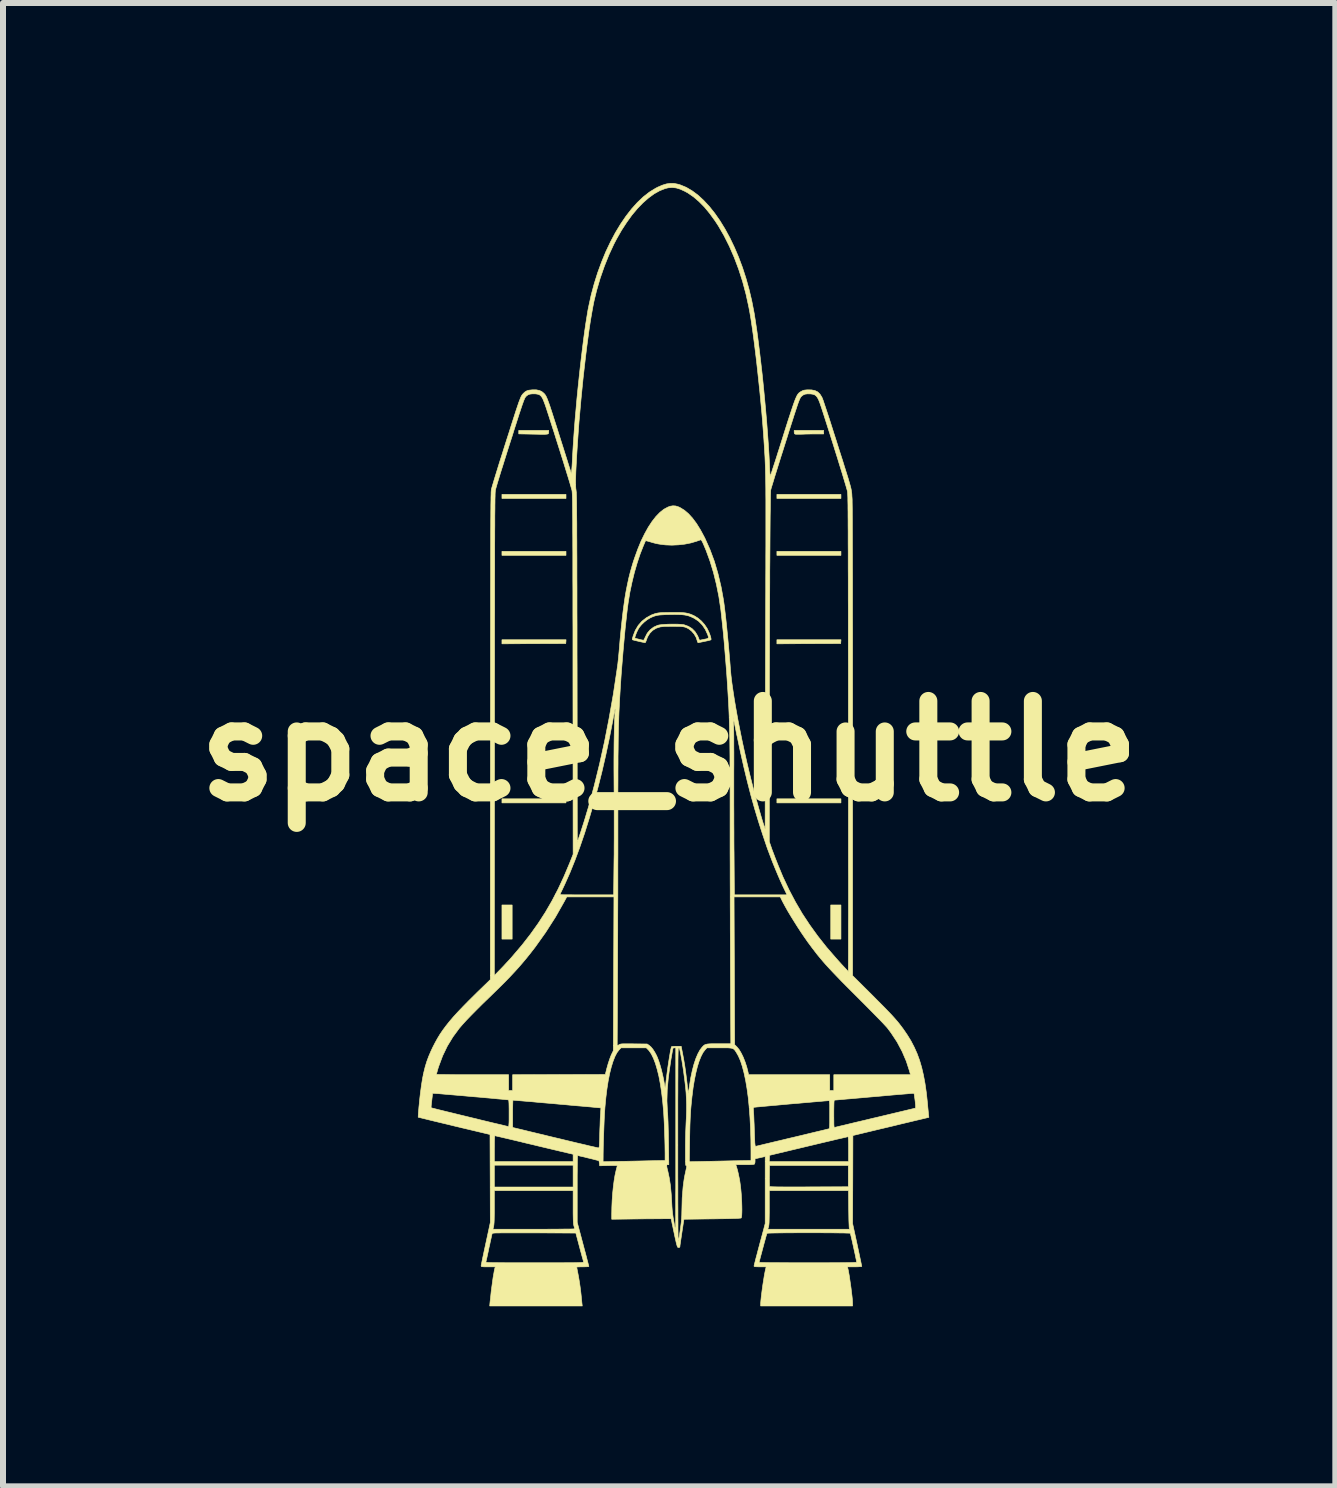
<source format=kicad_pcb>
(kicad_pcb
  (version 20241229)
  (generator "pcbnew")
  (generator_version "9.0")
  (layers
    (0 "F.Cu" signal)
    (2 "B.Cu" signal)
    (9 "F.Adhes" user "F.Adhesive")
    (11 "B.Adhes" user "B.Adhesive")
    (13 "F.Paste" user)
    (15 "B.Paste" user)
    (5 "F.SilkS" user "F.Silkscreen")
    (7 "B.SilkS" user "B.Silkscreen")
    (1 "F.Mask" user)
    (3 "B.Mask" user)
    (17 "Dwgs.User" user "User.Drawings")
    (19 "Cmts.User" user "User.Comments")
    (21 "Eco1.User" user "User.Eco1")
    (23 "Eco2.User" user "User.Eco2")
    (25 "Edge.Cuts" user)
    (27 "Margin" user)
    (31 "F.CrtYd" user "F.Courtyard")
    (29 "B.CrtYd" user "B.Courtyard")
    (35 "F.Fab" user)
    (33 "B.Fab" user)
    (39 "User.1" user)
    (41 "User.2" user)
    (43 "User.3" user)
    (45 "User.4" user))
  (footprint "space_shuttle"
    (layer "F.Cu")
    (at 8.099 9.463)
    (property "Reference" "space_shuttle" (at 0 0 0) (layer "F.SilkS") (effects (font (size 1.524 1.524) (thickness 0.3))))
    (attr through_hole)
    (fp_poly (pts (xy -2.616 3.133) (xy -2.786 3.133) (xy -2.786 2.565) (xy -2.616 2.565) (xy -2.616 3.133)) (stroke (width 0.01) (type solid)) (fill yes) (layer "F.SilkS"))
    (fp_poly (pts (xy -1.719 -4.208) (xy -2.786 -4.208) (xy -2.786 -4.276) (xy -1.719 -4.276) (xy -1.719 -4.208)) (stroke (width 0.01) (type solid)) (fill yes) (layer "F.SilkS"))
    (fp_poly (pts (xy -1.719 -3.26) (xy -2.786 -3.26) (xy -2.786 -3.327) (xy -1.719 -3.327) (xy -1.719 -3.26)) (stroke (width 0.01) (type solid)) (fill yes) (layer "F.SilkS"))
    (fp_poly (pts (xy -1.719 0.864) (xy -2.786 0.864) (xy -2.786 0.796) (xy -1.719 0.796) (xy -1.719 0.864)) (stroke (width 0.01) (type solid)) (fill yes) (layer "F.SilkS"))
    (fp_poly (pts (xy 2.862 -4.208) (xy 1.795 -4.208) (xy 1.795 -4.276) (xy 2.862 -4.276) (xy 2.862 -4.208)) (stroke (width 0.01) (type solid)) (fill yes) (layer "F.SilkS"))
    (fp_poly (pts (xy 2.862 -3.26) (xy 1.795 -3.26) (xy 1.795 -3.327) (xy 2.862 -3.327) (xy 2.862 -3.26)) (stroke (width 0.01) (type solid)) (fill yes) (layer "F.SilkS"))
    (fp_poly (pts (xy 2.862 0.864) (xy 1.795 0.864) (xy 1.795 0.796) (xy 2.862 0.796) (xy 2.862 0.864)) (stroke (width 0.01) (type solid)) (fill yes) (layer "F.SilkS"))
    (fp_poly (pts (xy 2.862 3.133) (xy 2.692 3.133) (xy 2.692 2.565) (xy 2.862 2.565) (xy 2.862 3.133)) (stroke (width 0.01) (type solid)) (fill yes) (layer "F.SilkS"))
    (fp_poly (pts (xy -1.72 -1.822) (xy -1.723 -1.791) (xy -2.254 -1.789) (xy -2.786 -1.786) (xy -2.786 -1.854) (xy -1.718 -1.854) (xy -1.72 -1.822)) (stroke (width 0.01) (type solid)) (fill yes) (layer "F.SilkS"))
    (fp_poly (pts (xy 2.86 -1.822) (xy 2.858 -1.791) (xy 2.326 -1.789) (xy 1.795 -1.786) (xy 1.795 -1.854) (xy 2.863 -1.854) (xy 2.86 -1.822)) (stroke (width 0.01) (type solid)) (fill yes) (layer "F.SilkS"))
    (fp_poly (pts (xy -2.007 -5.314) (xy -2.009 -5.294) (xy -2.018 -5.284) (xy -2.033 -5.28) (xy -2.055 -5.278) (xy -2.087 -5.276) (xy -2.12 -5.277) (xy -2.148 -5.277) (xy -2.189 -5.278) (xy -2.239 -5.279) (xy -2.294 -5.28) (xy -2.343 -5.281) (xy -2.506 -5.284) (xy -2.506 -5.342) (xy -2.007 -5.342) (xy -2.007 -5.314)) (stroke (width 0.01) (type solid)) (fill yes) (layer "F.SilkS"))
    (fp_poly (pts (xy 2.574 -5.283) (xy 2.457 -5.283) (xy 2.4 -5.283) (xy 2.335 -5.282) (xy 2.272 -5.281) (xy 2.226 -5.279) (xy 2.183 -5.278) (xy 2.145 -5.278) (xy 2.116 -5.278) (xy 2.099 -5.28) (xy 2.098 -5.28) (xy 2.086 -5.29) (xy 2.083 -5.313) (xy 2.083 -5.342) (xy 2.574 -5.342) (xy 2.574 -5.283)) (stroke (width 0.01) (type solid)) (fill yes) (layer "F.SilkS"))
    (fp_poly (pts (xy 0.172 -2.309) (xy 0.227 -2.306) (xy 0.273 -2.301) (xy 0.313 -2.293) (xy 0.35 -2.282) (xy 0.387 -2.267) (xy 0.423 -2.25) (xy 0.481 -2.214) (xy 0.537 -2.166) (xy 0.588 -2.109) (xy 0.63 -2.047) (xy 0.642 -2.024) (xy 0.662 -1.982) (xy 0.678 -1.941) (xy 0.69 -1.905) (xy 0.697 -1.876) (xy 0.698 -1.857) (xy 0.696 -1.853) (xy 0.686 -1.849) (xy 0.663 -1.843) (xy 0.63 -1.835) (xy 0.601 -1.829) (xy 0.563 -1.821) (xy 0.529 -1.814) (xy 0.504 -1.809) (xy 0.494 -1.806) (xy 0.481 -1.806) (xy 0.473 -1.817) (xy 0.47 -1.83) (xy 0.449 -1.893) (xy 0.415 -1.951) (xy 0.371 -2.001) (xy 0.319 -2.04) (xy 0.281 -2.058) (xy 0.264 -2.064) (xy 0.245 -2.069) (xy 0.223 -2.072) (xy 0.196 -2.075) (xy 0.161 -2.077) (xy 0.117 -2.077) (xy 0.062 -2.078) (xy -0.007 -2.077) (xy -0.072 -2.077) (xy -0.148 -2.068) (xy -0.216 -2.046) (xy -0.275 -2.01) (xy -0.323 -1.961) (xy -0.36 -1.901) (xy -0.378 -1.853) (xy -0.387 -1.827) (xy -0.396 -1.81) (xy -0.402 -1.804) (xy -0.413 -1.807) (xy -0.437 -1.812) (xy -0.471 -1.819) (xy -0.51 -1.828) (xy -0.548 -1.837) (xy -0.581 -1.845) (xy -0.604 -1.851) (xy -0.613 -1.855) (xy -0.614 -1.865) (xy -0.61 -1.882) (xy -0.572 -1.882) (xy -0.572 -1.881) (xy -0.562 -1.878) (xy -0.541 -1.872) (xy -0.513 -1.865) (xy -0.482 -1.857) (xy -0.454 -1.851) (xy -0.433 -1.847) (xy -0.428 -1.846) (xy -0.42 -1.853) (xy -0.41 -1.872) (xy -0.4 -1.894) (xy -0.365 -1.963) (xy -0.318 -2.019) (xy -0.259 -2.064) (xy -0.191 -2.095) (xy -0.164 -2.101) (xy -0.124 -2.106) (xy -0.074 -2.11) (xy -0.018 -2.113) (xy 0.041 -2.114) (xy 0.1 -2.114) (xy 0.155 -2.113) (xy 0.202 -2.11) (xy 0.237 -2.106) (xy 0.248 -2.104) (xy 0.32 -2.078) (xy 0.38 -2.041) (xy 0.43 -1.991) (xy 0.47 -1.928) (xy 0.484 -1.898) (xy 0.494 -1.873) (xy 0.499 -1.858) (xy 0.5 -1.856) (xy 0.505 -1.848) (xy 0.519 -1.848) (xy 0.537 -1.852) (xy 0.565 -1.858) (xy 0.589 -1.863) (xy 0.625 -1.87) (xy 0.645 -1.877) (xy 0.654 -1.888) (xy 0.653 -1.905) (xy 0.644 -1.932) (xy 0.641 -1.941) (xy 0.602 -2.026) (xy 0.552 -2.1) (xy 0.491 -2.162) (xy 0.42 -2.21) (xy 0.402 -2.219) (xy 0.365 -2.236) (xy 0.329 -2.25) (xy 0.293 -2.26) (xy 0.254 -2.267) (xy 0.209 -2.272) (xy 0.154 -2.274) (xy 0.088 -2.275) (xy 0.025 -2.274) (xy -0.047 -2.273) (xy -0.105 -2.27) (xy -0.153 -2.267) (xy -0.192 -2.262) (xy -0.226 -2.254) (xy -0.258 -2.244) (xy -0.291 -2.23) (xy -0.32 -2.216) (xy -0.366 -2.188) (xy -0.414 -2.15) (xy -0.459 -2.107) (xy -0.496 -2.062) (xy -0.512 -2.037) (xy -0.526 -2.01) (xy -0.541 -1.979) (xy -0.554 -1.946) (xy -0.565 -1.916) (xy -0.571 -1.894) (xy -0.572 -1.882) (xy -0.61 -1.882) (xy -0.609 -1.887) (xy -0.601 -1.915) (xy -0.6 -1.919) (xy -0.564 -2.011) (xy -0.515 -2.093) (xy -0.454 -2.163) (xy -0.381 -2.22) (xy -0.298 -2.266) (xy -0.241 -2.287) (xy -0.221 -2.293) (xy -0.201 -2.297) (xy -0.179 -2.301) (xy -0.151 -2.304) (xy -0.116 -2.306) (xy -0.071 -2.307) (xy -0.013 -2.308) (xy 0.025 -2.309) (xy 0.106 -2.309) (xy 0.172 -2.309)) (stroke (width 0.01) (type solid)) (fill yes) (layer "F.SilkS"))
    (fp_poly (pts (xy 0.082 -9.457) (xy 0.147 -9.444) (xy 0.187 -9.432) (xy 0.286 -9.391) (xy 0.384 -9.333) (xy 0.481 -9.261) (xy 0.576 -9.173) (xy 0.669 -9.073) (xy 0.76 -8.959) (xy 0.847 -8.834) (xy 0.931 -8.697) (xy 1.011 -8.55) (xy 1.086 -8.394) (xy 1.156 -8.23) (xy 1.221 -8.057) (xy 1.279 -7.878) (xy 1.331 -7.692) (xy 1.376 -7.502) (xy 1.414 -7.307) (xy 1.418 -7.286) (xy 1.44 -7.145) (xy 1.463 -6.99) (xy 1.485 -6.822) (xy 1.507 -6.644) (xy 1.529 -6.458) (xy 1.551 -6.266) (xy 1.571 -6.071) (xy 1.59 -5.874) (xy 1.608 -5.677) (xy 1.625 -5.484) (xy 1.639 -5.296) (xy 1.652 -5.116) (xy 1.663 -4.945) (xy 1.671 -4.786) (xy 1.673 -4.727) (xy 1.675 -4.679) (xy 1.678 -4.638) (xy 1.68 -4.606) (xy 1.682 -4.586) (xy 1.684 -4.581) (xy 1.687 -4.588) (xy 1.695 -4.611) (xy 1.708 -4.647) (xy 1.723 -4.695) (xy 1.742 -4.753) (xy 1.764 -4.82) (xy 1.788 -4.894) (xy 1.813 -4.975) (xy 1.833 -5.036) (xy 1.877 -5.176) (xy 1.916 -5.301) (xy 1.951 -5.411) (xy 1.982 -5.509) (xy 2.01 -5.594) (xy 2.034 -5.667) (xy 2.055 -5.73) (xy 2.073 -5.783) (xy 2.089 -5.827) (xy 2.103 -5.864) (xy 2.116 -5.893) (xy 2.127 -5.917) (xy 2.138 -5.936) (xy 2.148 -5.95) (xy 2.158 -5.962) (xy 2.168 -5.971) (xy 2.179 -5.979) (xy 2.19 -5.986) (xy 2.195 -5.989) (xy 2.221 -6.003) (xy 2.246 -6.012) (xy 2.278 -6.016) (xy 2.302 -6.018) (xy 2.371 -6.017) (xy 2.428 -6.006) (xy 2.475 -5.983) (xy 2.512 -5.947) (xy 2.543 -5.898) (xy 2.547 -5.89) (xy 2.554 -5.873) (xy 2.566 -5.841) (xy 2.581 -5.796) (xy 2.6 -5.739) (xy 2.622 -5.673) (xy 2.647 -5.598) (xy 2.674 -5.516) (xy 2.702 -5.428) (xy 2.731 -5.337) (xy 2.737 -5.317) (xy 2.783 -5.174) (xy 2.823 -5.047) (xy 2.859 -4.934) (xy 2.891 -4.835) (xy 2.918 -4.747) (xy 2.942 -4.671) (xy 2.963 -4.604) (xy 2.981 -4.547) (xy 2.995 -4.499) (xy 3.007 -4.457) (xy 3.017 -4.422) (xy 3.025 -4.392) (xy 3.031 -4.366) (xy 3.035 -4.343) (xy 3.038 -4.323) (xy 3.041 -4.304) (xy 3.043 -4.285) (xy 3.044 -4.265) (xy 3.045 -4.244) (xy 3.047 -4.22) (xy 3.048 -4.204) (xy 3.049 -4.185) (xy 3.049 -4.149) (xy 3.05 -4.097) (xy 3.051 -4.028) (xy 3.051 -3.943) (xy 3.052 -3.841) (xy 3.052 -3.724) (xy 3.053 -3.59) (xy 3.053 -3.441) (xy 3.054 -3.277) (xy 3.054 -3.096) (xy 3.055 -2.901) (xy 3.055 -2.69) (xy 3.055 -2.464) (xy 3.055 -2.224) (xy 3.056 -1.968) (xy 3.056 -1.698) (xy 3.056 -1.414) (xy 3.056 -1.115) (xy 3.056 -0.802) (xy 3.056 -0.475) (xy 3.056 -0.172) (xy 3.056 3.742) (xy 3.386 4.07) (xy 3.468 4.153) (xy 3.54 4.225) (xy 3.602 4.288) (xy 3.655 4.343) (xy 3.702 4.392) (xy 3.742 4.436) (xy 3.777 4.476) (xy 3.809 4.513) (xy 3.838 4.549) (xy 3.866 4.586) (xy 3.894 4.623) (xy 3.897 4.627) (xy 3.967 4.729) (xy 4.029 4.83) (xy 4.083 4.934) (xy 4.131 5.041) (xy 4.172 5.153) (xy 4.207 5.272) (xy 4.237 5.401) (xy 4.263 5.541) (xy 4.285 5.693) (xy 4.303 5.86) (xy 4.305 5.88) (xy 4.309 5.931) (xy 4.314 5.979) (xy 4.318 6.02) (xy 4.321 6.051) (xy 4.322 6.063) (xy 4.327 6.103) (xy 4.164 6.142) (xy 4.124 6.151) (xy 4.07 6.164) (xy 4.004 6.18) (xy 3.928 6.198) (xy 3.844 6.218) (xy 3.755 6.24) (xy 3.663 6.262) (xy 3.57 6.284) (xy 3.531 6.293) (xy 3.061 6.406) (xy 3.059 7.139) (xy 3.056 7.872) (xy 3.133 8.226) (xy 3.149 8.301) (xy 3.164 8.371) (xy 3.177 8.434) (xy 3.189 8.489) (xy 3.198 8.533) (xy 3.205 8.565) (xy 3.208 8.583) (xy 3.209 8.587) (xy 3.201 8.589) (xy 3.179 8.591) (xy 3.146 8.593) (xy 3.106 8.594) (xy 3.089 8.594) (xy 2.97 8.594) (xy 2.975 8.613) (xy 2.983 8.644) (xy 2.991 8.688) (xy 3.001 8.744) (xy 3.01 8.807) (xy 3.02 8.875) (xy 3.03 8.945) (xy 3.038 9.013) (xy 3.046 9.077) (xy 3.052 9.134) (xy 3.055 9.18) (xy 3.056 9.212) (xy 3.056 9.246) (xy 1.524 9.246) (xy 1.524 9.224) (xy 1.525 9.191) (xy 1.529 9.145) (xy 1.535 9.088) (xy 1.543 9.023) (xy 1.552 8.955) (xy 1.562 8.884) (xy 1.573 8.816) (xy 1.583 8.752) (xy 1.593 8.697) (xy 1.602 8.652) (xy 1.603 8.647) (xy 1.616 8.594) (xy 1.515 8.594) (xy 1.471 8.593) (xy 1.442 8.592) (xy 1.425 8.59) (xy 1.416 8.586) (xy 1.414 8.58) (xy 1.414 8.58) (xy 1.416 8.57) (xy 1.422 8.544) (xy 1.428 8.52) (xy 1.499 8.52) (xy 1.507 8.52) (xy 1.531 8.521) (xy 1.57 8.522) (xy 1.622 8.523) (xy 1.686 8.524) (xy 1.762 8.524) (xy 1.847 8.525) (xy 1.942 8.525) (xy 2.044 8.526) (xy 2.152 8.526) (xy 2.266 8.526) (xy 2.311 8.526) (xy 2.468 8.526) (xy 2.608 8.526) (xy 2.731 8.525) (xy 2.838 8.525) (xy 2.927 8.524) (xy 3 8.523) (xy 3.056 8.522) (xy 3.095 8.52) (xy 3.118 8.519) (xy 3.124 8.517) (xy 3.122 8.506) (xy 3.118 8.481) (xy 3.11 8.445) (xy 3.101 8.4) (xy 3.09 8.349) (xy 3.078 8.295) (xy 3.066 8.24) (xy 3.054 8.186) (xy 3.043 8.137) (xy 3.033 8.095) (xy 3.025 8.062) (xy 3.02 8.041) (xy 3.018 8.035) (xy 3.009 8.033) (xy 2.984 8.032) (xy 2.946 8.031) (xy 2.895 8.029) (xy 2.834 8.029) (xy 2.763 8.028) (xy 2.684 8.027) (xy 2.6 8.027) (xy 2.51 8.026) (xy 2.418 8.026) (xy 2.324 8.026) (xy 2.23 8.026) (xy 2.138 8.026) (xy 2.049 8.027) (xy 1.964 8.027) (xy 1.885 8.028) (xy 1.815 8.029) (xy 1.753 8.03) (xy 1.702 8.031) (xy 1.664 8.032) (xy 1.639 8.034) (xy 1.63 8.035) (xy 1.63 8.035) (xy 1.626 8.045) (xy 1.619 8.069) (xy 1.609 8.104) (xy 1.597 8.148) (xy 1.583 8.198) (xy 1.569 8.251) (xy 1.554 8.306) (xy 1.54 8.36) (xy 1.526 8.41) (xy 1.515 8.453) (xy 1.506 8.488) (xy 1.5 8.511) (xy 1.499 8.52) (xy 1.428 8.52) (xy 1.432 8.506) (xy 1.444 8.457) (xy 1.46 8.398) (xy 1.477 8.332) (xy 1.496 8.261) (xy 1.507 8.219) (xy 1.575 7.967) (xy 1.643 7.967) (xy 3.008 7.967) (xy 3.001 7.948) (xy 2.999 7.935) (xy 2.998 7.908) (xy 2.996 7.867) (xy 2.994 7.816) (xy 2.993 7.757) (xy 2.992 7.69) (xy 2.991 7.626) (xy 2.988 7.324) (xy 1.668 7.324) (xy 1.668 7.605) (xy 1.668 7.687) (xy 1.667 7.755) (xy 1.666 7.808) (xy 1.665 7.85) (xy 1.663 7.882) (xy 1.66 7.905) (xy 1.657 7.923) (xy 1.656 7.927) (xy 1.643 7.967) (xy 1.575 7.967) (xy 1.6 7.871) (xy 1.6 7.173) (xy 1.669 7.173) (xy 1.67 7.211) (xy 1.67 7.239) (xy 1.672 7.253) (xy 1.672 7.254) (xy 1.675 7.256) (xy 1.685 7.257) (xy 1.703 7.259) (xy 1.728 7.26) (xy 1.763 7.261) (xy 1.808 7.262) (xy 1.864 7.262) (xy 1.932 7.263) (xy 2.014 7.263) (xy 2.109 7.263) (xy 2.22 7.263) (xy 2.33 7.262) (xy 2.985 7.26) (xy 2.985 6.905) (xy 1.672 6.905) (xy 1.67 7.074) (xy 1.669 7.126) (xy 1.669 7.173) (xy 1.6 7.173) (xy 1.6 6.841) (xy 1.667 6.841) (xy 2.989 6.841) (xy 2.989 6.634) (xy 2.989 6.566) (xy 2.988 6.514) (xy 2.987 6.475) (xy 2.985 6.449) (xy 2.983 6.433) (xy 2.979 6.427) (xy 2.978 6.426) (xy 2.968 6.428) (xy 2.944 6.434) (xy 2.905 6.443) (xy 2.853 6.455) (xy 2.79 6.469) (xy 2.717 6.487) (xy 2.635 6.506) (xy 2.546 6.527) (xy 2.45 6.55) (xy 2.35 6.574) (xy 2.32 6.581) (xy 1.672 6.736) (xy 1.67 6.789) (xy 1.667 6.841) (xy 1.6 6.841) (xy 1.6 6.754) (xy 1.581 6.76) (xy 1.564 6.764) (xy 1.536 6.77) (xy 1.502 6.778) (xy 1.496 6.779) (xy 1.431 6.794) (xy 1.431 6.833) (xy 1.429 6.859) (xy 1.423 6.878) (xy 1.421 6.882) (xy 1.41 6.886) (xy 1.386 6.889) (xy 1.348 6.891) (xy 1.295 6.892) (xy 1.26 6.892) (xy 1.11 6.892) (xy 1.118 6.914) (xy 1.127 6.943) (xy 1.139 6.986) (xy 1.151 7.036) (xy 1.162 7.089) (xy 1.173 7.142) (xy 1.18 7.188) (xy 1.188 7.247) (xy 1.195 7.311) (xy 1.201 7.379) (xy 1.205 7.448) (xy 1.209 7.516) (xy 1.211 7.581) (xy 1.212 7.64) (xy 1.211 7.692) (xy 1.209 7.734) (xy 1.205 7.764) (xy 1.2 7.779) (xy 1.199 7.78) (xy 1.19 7.782) (xy 1.168 7.784) (xy 1.132 7.787) (xy 1.083 7.788) (xy 1.019 7.79) (xy 0.939 7.792) (xy 0.844 7.793) (xy 0.733 7.795) (xy 0.717 7.795) (xy 0.246 7.801) (xy 0.242 7.827) (xy 0.234 7.877) (xy 0.226 7.933) (xy 0.217 7.991) (xy 0.208 8.05) (xy 0.2 8.105) (xy 0.192 8.157) (xy 0.186 8.2) (xy 0.181 8.234) (xy 0.179 8.255) (xy 0.178 8.262) (xy 0.171 8.27) (xy 0.157 8.272) (xy 0.148 8.271) (xy 0.141 8.265) (xy 0.135 8.253) (xy 0.128 8.231) (xy 0.119 8.196) (xy 0.115 8.181) (xy 0.109 8.152) (xy 0.1 8.114) (xy 0.09 8.068) (xy 0.08 8.019) (xy 0.069 7.968) (xy 0.059 7.919) (xy 0.049 7.874) (xy 0.042 7.836) (xy 0.036 7.809) (xy 0.034 7.795) (xy 0.034 7.793) (xy 0.026 7.793) (xy 0.002 7.792) (xy -0.036 7.792) (xy -0.086 7.792) (xy -0.147 7.793) (xy -0.218 7.793) (xy -0.296 7.794) (xy -0.382 7.794) (xy -0.461 7.795) (xy -0.957 7.801) (xy -0.957 7.712) (xy -0.955 7.6) (xy -0.95 7.486) (xy -0.942 7.372) (xy -0.931 7.264) (xy -0.918 7.162) (xy -0.903 7.071) (xy -0.886 6.994) (xy -0.885 6.99) (xy -0.876 6.955) (xy -0.869 6.928) (xy -0.865 6.911) (xy -0.041 6.911) (xy -0.038 6.933) (xy -0.031 6.967) (xy -0.021 7.005) (xy 0.002 7.114) (xy 0.021 7.238) (xy 0.034 7.378) (xy 0.042 7.506) (xy 0.046 7.585) (xy 0.051 7.652) (xy 0.058 7.712) (xy 0.066 7.771) (xy 0.077 7.835) (xy 0.078 7.838) (xy 0.086 7.885) (xy 0.094 7.926) (xy 0.101 7.958) (xy 0.105 7.978) (xy 0.107 7.984) (xy 0.108 7.976) (xy 0.108 7.951) (xy 0.108 7.912) (xy 0.108 7.858) (xy 0.109 7.79) (xy 0.109 7.71) (xy 0.109 7.618) (xy 0.109 7.514) (xy 0.109 7.401) (xy 0.11 7.278) (xy 0.11 7.147) (xy 0.11 7.009) (xy 0.11 6.863) (xy 0.11 6.712) (xy 0.11 6.555) (xy 0.11 6.54) (xy 0.144 6.54) (xy 0.144 6.564) (xy 0.144 6.747) (xy 0.144 6.922) (xy 0.144 7.088) (xy 0.145 7.244) (xy 0.145 7.391) (xy 0.145 7.526) (xy 0.146 7.65) (xy 0.146 7.763) (xy 0.147 7.863) (xy 0.147 7.95) (xy 0.148 8.023) (xy 0.149 8.081) (xy 0.15 8.125) (xy 0.15 8.153) (xy 0.151 8.165) (xy 0.152 8.166) (xy 0.155 8.155) (xy 0.16 8.131) (xy 0.167 8.094) (xy 0.174 8.049) (xy 0.182 7.997) (xy 0.185 7.973) (xy 0.195 7.901) (xy 0.203 7.84) (xy 0.207 7.786) (xy 0.21 7.733) (xy 0.211 7.678) (xy 0.212 7.642) (xy 0.217 7.447) (xy 0.232 7.263) (xy 0.242 7.184) (xy 0.248 7.143) (xy 0.254 7.105) (xy 0.262 7.065) (xy 0.272 7.019) (xy 0.284 6.963) (xy 0.292 6.928) (xy 0.292 6.913) (xy 0.284 6.909) (xy 0.28 6.907) (xy 0.277 6.901) (xy 0.275 6.888) (xy 0.273 6.868) (xy 0.272 6.843) (xy 0.336 6.843) (xy 0.564 6.838) (xy 0.633 6.836) (xy 0.714 6.835) (xy 0.803 6.833) (xy 0.895 6.831) (xy 0.985 6.829) (xy 1.068 6.827) (xy 1.077 6.827) (xy 1.363 6.822) (xy 1.363 6.664) (xy 1.361 6.468) (xy 1.355 6.28) (xy 1.346 6.101) (xy 1.334 5.946) (xy 1.402 5.946) (xy 1.403 5.968) (xy 1.405 6) (xy 1.406 6.024) (xy 1.409 6.059) (xy 1.411 6.106) (xy 1.413 6.163) (xy 1.416 6.224) (xy 1.418 6.285) (xy 1.418 6.295) (xy 1.42 6.353) (xy 1.422 6.409) (xy 1.424 6.46) (xy 1.426 6.501) (xy 1.427 6.53) (xy 1.428 6.535) (xy 1.431 6.564) (xy 1.434 6.579) (xy 1.44 6.585) (xy 1.45 6.584) (xy 1.455 6.583) (xy 1.467 6.58) (xy 1.494 6.574) (xy 1.534 6.564) (xy 1.587 6.551) (xy 1.651 6.536) (xy 1.725 6.518) (xy 1.806 6.499) (xy 1.895 6.478) (xy 1.989 6.455) (xy 2.062 6.438) (xy 2.159 6.415) (xy 2.251 6.393) (xy 2.337 6.372) (xy 2.416 6.353) (xy 2.487 6.336) (xy 2.547 6.322) (xy 2.596 6.31) (xy 2.632 6.301) (xy 2.654 6.296) (xy 2.661 6.294) (xy 2.665 6.292) (xy 2.668 6.286) (xy 2.671 6.275) (xy 2.673 6.258) (xy 2.674 6.232) (xy 2.675 6.194) (xy 2.675 6.145) (xy 2.675 6.081) (xy 2.675 6.057) (xy 2.675 6.046) (xy 2.743 6.046) (xy 2.743 6.114) (xy 2.744 6.167) (xy 2.744 6.207) (xy 2.745 6.235) (xy 2.747 6.254) (xy 2.749 6.265) (xy 2.752 6.27) (xy 2.756 6.271) (xy 2.758 6.271) (xy 2.768 6.268) (xy 2.794 6.262) (xy 2.833 6.252) (xy 2.886 6.24) (xy 2.949 6.225) (xy 3.023 6.207) (xy 3.106 6.187) (xy 3.196 6.166) (xy 3.293 6.143) (xy 3.395 6.118) (xy 3.44 6.108) (xy 4.106 5.949) (xy 4.106 5.919) (xy 4.105 5.9) (xy 4.102 5.872) (xy 4.099 5.837) (xy 4.094 5.799) (xy 4.089 5.763) (xy 4.085 5.732) (xy 4.081 5.711) (xy 4.079 5.702) (xy 4.07 5.703) (xy 4.046 5.704) (xy 4.008 5.707) (xy 3.956 5.712) (xy 3.893 5.717) (xy 3.819 5.723) (xy 3.737 5.73) (xy 3.646 5.738) (xy 3.549 5.747) (xy 3.446 5.756) (xy 3.421 5.758) (xy 3.317 5.767) (xy 3.218 5.776) (xy 3.125 5.784) (xy 3.039 5.792) (xy 2.962 5.798) (xy 2.895 5.804) (xy 2.84 5.809) (xy 2.797 5.813) (xy 2.768 5.815) (xy 2.755 5.816) (xy 2.754 5.816) (xy 2.75 5.82) (xy 2.748 5.832) (xy 2.746 5.855) (xy 2.745 5.888) (xy 2.744 5.935) (xy 2.743 5.996) (xy 2.743 6.046) (xy 2.675 6.046) (xy 2.675 5.988) (xy 2.675 5.935) (xy 2.675 5.894) (xy 2.673 5.865) (xy 2.672 5.845) (xy 2.67 5.833) (xy 2.667 5.827) (xy 2.663 5.825) (xy 2.661 5.825) (xy 2.649 5.826) (xy 2.622 5.828) (xy 2.582 5.831) (xy 2.53 5.836) (xy 2.468 5.841) (xy 2.397 5.847) (xy 2.32 5.854) (xy 2.237 5.861) (xy 2.15 5.869) (xy 2.062 5.876) (xy 1.972 5.884) (xy 1.884 5.892) (xy 1.799 5.9) (xy 1.717 5.907) (xy 1.642 5.914) (xy 1.574 5.92) (xy 1.515 5.926) (xy 1.467 5.93) (xy 1.431 5.934) (xy 1.409 5.936) (xy 1.402 5.937) (xy 1.402 5.946) (xy 1.334 5.946) (xy 1.333 5.932) (xy 1.317 5.772) (xy 1.297 5.625) (xy 1.274 5.489) (xy 1.248 5.366) (xy 1.219 5.256) (xy 1.188 5.161) (xy 1.153 5.081) (xy 1.12 5.023) (xy 1.105 5) (xy 1.092 4.982) (xy 1.078 4.968) (xy 1.062 4.958) (xy 1.042 4.952) (xy 1.015 4.948) (xy 0.978 4.945) (xy 0.931 4.945) (xy 0.869 4.945) (xy 0.838 4.945) (xy 0.629 4.945) (xy 0.597 4.98) (xy 0.562 5.027) (xy 0.53 5.09) (xy 0.499 5.167) (xy 0.47 5.259) (xy 0.444 5.364) (xy 0.42 5.481) (xy 0.399 5.608) (xy 0.382 5.746) (xy 0.381 5.751) (xy 0.373 5.828) (xy 0.366 5.898) (xy 0.36 5.964) (xy 0.356 6.028) (xy 0.352 6.094) (xy 0.349 6.164) (xy 0.346 6.24) (xy 0.344 6.326) (xy 0.342 6.425) (xy 0.341 6.489) (xy 0.336 6.843) (xy 0.272 6.843) (xy 0.272 6.837) (xy 0.271 6.796) (xy 0.271 6.741) (xy 0.271 6.672) (xy 0.271 6.648) (xy 0.271 6.572) (xy 0.272 6.49) (xy 0.274 6.408) (xy 0.276 6.329) (xy 0.279 6.259) (xy 0.281 6.206) (xy 0.287 6.091) (xy 0.29 5.986) (xy 0.29 5.888) (xy 0.287 5.793) (xy 0.282 5.697) (xy 0.273 5.597) (xy 0.26 5.488) (xy 0.244 5.368) (xy 0.241 5.342) (xy 0.231 5.278) (xy 0.221 5.214) (xy 0.211 5.151) (xy 0.2 5.093) (xy 0.191 5.042) (xy 0.182 5.001) (xy 0.175 4.97) (xy 0.17 4.954) (xy 0.17 4.954) (xy 0.159 4.947) (xy 0.153 4.948) (xy 0.152 4.954) (xy 0.151 4.97) (xy 0.15 4.998) (xy 0.149 5.036) (xy 0.148 5.087) (xy 0.147 5.149) (xy 0.147 5.225) (xy 0.146 5.313) (xy 0.146 5.414) (xy 0.145 5.53) (xy 0.145 5.66) (xy 0.144 5.805) (xy 0.144 5.965) (xy 0.144 6.14) (xy 0.144 6.332) (xy 0.144 6.54) (xy 0.11 6.54) (xy 0.11 6.464) (xy 0.11 4.945) (xy 0.089 4.945) (xy 0.072 4.947) (xy 0.065 4.951) (xy 0.061 4.963) (xy 0.056 4.989) (xy 0.049 5.028) (xy 0.041 5.076) (xy 0.031 5.131) (xy 0.022 5.191) (xy 0.013 5.253) (xy 0.003 5.316) (xy -0.005 5.376) (xy -0.012 5.432) (xy -0.014 5.444) (xy -0.032 5.64) (xy -0.037 5.828) (xy -0.029 6.008) (xy -0.026 6.032) (xy -0.024 6.065) (xy -0.022 6.112) (xy -0.019 6.171) (xy -0.017 6.239) (xy -0.015 6.315) (xy -0.013 6.395) (xy -0.012 6.478) (xy -0.011 6.517) (xy -0.006 6.892) (xy -0.024 6.892) (xy -0.034 6.893) (xy -0.04 6.899) (xy -0.041 6.911) (xy -0.865 6.911) (xy -0.864 6.91) (xy -0.864 6.907) (xy -0.872 6.906) (xy -0.894 6.906) (xy -0.928 6.906) (xy -0.97 6.906) (xy -1.011 6.907) (xy -1.158 6.91) (xy -1.162 6.871) (xy -1.166 6.846) (xy -1.166 6.843) (xy -1.101 6.843) (xy -0.861 6.838) (xy -0.788 6.836) (xy -0.702 6.835) (xy -0.61 6.833) (xy -0.516 6.831) (xy -0.426 6.829) (xy -0.345 6.827) (xy -0.068 6.822) (xy -0.068 6.698) (xy -0.069 6.637) (xy -0.07 6.564) (xy -0.072 6.482) (xy -0.075 6.396) (xy -0.078 6.308) (xy -0.081 6.222) (xy -0.085 6.142) (xy -0.089 6.071) (xy -0.092 6.013) (xy -0.093 6.005) (xy -0.108 5.841) (xy -0.126 5.689) (xy -0.147 5.548) (xy -0.171 5.42) (xy -0.199 5.306) (xy -0.229 5.205) (xy -0.262 5.119) (xy -0.297 5.048) (xy -0.334 4.994) (xy -0.348 4.978) (xy -0.381 4.945) (xy -0.802 4.945) (xy -0.836 4.981) (xy -0.872 5.029) (xy -0.905 5.093) (xy -0.936 5.173) (xy -0.965 5.267) (xy -0.992 5.375) (xy -1.016 5.497) (xy -1.037 5.632) (xy -1.055 5.779) (xy -1.07 5.938) (xy -1.075 6.009) (xy -1.078 6.055) (xy -1.081 6.115) (xy -1.084 6.186) (xy -1.087 6.265) (xy -1.09 6.348) (xy -1.093 6.433) (xy -1.096 6.515) (xy -1.098 6.594) (xy -1.099 6.664) (xy -1.1 6.723) (xy -1.1 6.751) (xy -1.101 6.843) (xy -1.166 6.843) (xy -1.17 6.83) (xy -1.171 6.827) (xy -1.18 6.824) (xy -1.203 6.817) (xy -1.236 6.809) (xy -1.277 6.798) (xy -1.322 6.787) (xy -1.369 6.776) (xy -1.415 6.764) (xy -1.456 6.755) (xy -1.491 6.747) (xy -1.515 6.741) (xy -1.526 6.74) (xy -1.527 6.748) (xy -1.528 6.772) (xy -1.529 6.809) (xy -1.53 6.86) (xy -1.531 6.922) (xy -1.531 6.994) (xy -1.532 7.074) (xy -1.532 7.162) (xy -1.532 7.255) (xy -1.532 7.296) (xy -1.532 7.853) (xy -1.435 8.217) (xy -1.415 8.293) (xy -1.396 8.363) (xy -1.379 8.427) (xy -1.365 8.483) (xy -1.353 8.528) (xy -1.344 8.562) (xy -1.339 8.582) (xy -1.338 8.587) (xy -1.346 8.59) (xy -1.367 8.592) (xy -1.399 8.593) (xy -1.438 8.594) (xy -1.439 8.594) (xy -1.479 8.594) (xy -1.511 8.595) (xy -1.533 8.596) (xy -1.541 8.597) (xy -1.541 8.597) (xy -1.539 8.606) (xy -1.535 8.628) (xy -1.529 8.659) (xy -1.524 8.684) (xy -1.51 8.757) (xy -1.496 8.842) (xy -1.483 8.93) (xy -1.472 9.017) (xy -1.465 9.081) (xy -1.461 9.123) (xy -1.457 9.163) (xy -1.454 9.195) (xy -1.452 9.21) (xy -1.448 9.246) (xy -2.99 9.246) (xy -2.985 9.188) (xy -2.975 9.1) (xy -2.966 9.012) (xy -2.955 8.927) (xy -2.944 8.847) (xy -2.934 8.774) (xy -2.923 8.712) (xy -2.914 8.661) (xy -2.906 8.624) (xy -2.905 8.621) (xy -2.897 8.594) (xy -3.015 8.594) (xy -3.062 8.594) (xy -3.094 8.593) (xy -3.115 8.591) (xy -3.126 8.589) (xy -3.131 8.584) (xy -3.133 8.578) (xy -3.133 8.577) (xy -3.131 8.566) (xy -3.126 8.539) (xy -3.121 8.514) (xy -3.053 8.514) (xy -3.051 8.516) (xy -3.046 8.518) (xy -3.037 8.519) (xy -3.023 8.521) (xy -3.003 8.522) (xy -2.976 8.523) (xy -2.941 8.524) (xy -2.897 8.524) (xy -2.843 8.525) (xy -2.778 8.525) (xy -2.701 8.526) (xy -2.612 8.526) (xy -2.508 8.526) (xy -2.39 8.526) (xy -2.255 8.526) (xy -2.239 8.526) (xy -2.104 8.526) (xy -1.984 8.526) (xy -1.879 8.526) (xy -1.788 8.526) (xy -1.71 8.525) (xy -1.644 8.525) (xy -1.589 8.525) (xy -1.544 8.524) (xy -1.508 8.523) (xy -1.48 8.522) (xy -1.459 8.521) (xy -1.444 8.52) (xy -1.435 8.518) (xy -1.429 8.516) (xy -1.426 8.514) (xy -1.426 8.512) (xy -1.427 8.509) (xy -1.43 8.497) (xy -1.437 8.47) (xy -1.448 8.432) (xy -1.461 8.384) (xy -1.476 8.329) (xy -1.492 8.269) (xy -1.494 8.261) (xy -1.555 8.031) (xy -2.25 8.028) (xy -2.375 8.028) (xy -2.484 8.028) (xy -2.578 8.028) (xy -2.659 8.028) (xy -2.727 8.028) (xy -2.783 8.028) (xy -2.829 8.029) (xy -2.866 8.029) (xy -2.894 8.03) (xy -2.915 8.031) (xy -2.93 8.033) (xy -2.94 8.035) (xy -2.946 8.037) (xy -2.949 8.039) (xy -2.95 8.041) (xy -2.953 8.053) (xy -2.959 8.079) (xy -2.967 8.118) (xy -2.978 8.165) (xy -2.989 8.22) (xy -3.002 8.276) (xy -3.014 8.336) (xy -3.026 8.39) (xy -3.036 8.437) (xy -3.045 8.475) (xy -3.05 8.5) (xy -3.053 8.511) (xy -3.053 8.514) (xy -3.121 8.514) (xy -3.118 8.5) (xy -3.108 8.45) (xy -3.095 8.39) (xy -3.081 8.323) (xy -3.065 8.25) (xy -3.056 8.208) (xy -3.004 7.967) (xy -2.936 7.967) (xy -2.255 7.967) (xy -2.15 7.967) (xy -2.049 7.967) (xy -1.955 7.966) (xy -1.868 7.966) (xy -1.79 7.965) (xy -1.722 7.964) (xy -1.665 7.964) (xy -1.621 7.963) (xy -1.591 7.962) (xy -1.576 7.96) (xy -1.575 7.96) (xy -1.577 7.948) (xy -1.583 7.927) (xy -1.587 7.911) (xy -1.591 7.896) (xy -1.594 7.875) (xy -1.596 7.847) (xy -1.598 7.81) (xy -1.599 7.763) (xy -1.6 7.703) (xy -1.6 7.628) (xy -1.6 7.597) (xy -1.6 7.324) (xy -2.913 7.324) (xy -2.913 7.597) (xy -2.913 7.683) (xy -2.914 7.754) (xy -2.915 7.811) (xy -2.917 7.855) (xy -2.92 7.889) (xy -2.923 7.913) (xy -2.924 7.918) (xy -2.936 7.967) (xy -3.004 7.967) (xy -2.98 7.855) (xy -2.982 7.122) (xy -2.983 6.9) (xy -2.913 6.9) (xy -2.913 7.264) (xy -1.6 7.264) (xy -1.6 6.9) (xy -2.913 6.9) (xy -2.983 6.9) (xy -2.984 6.625) (xy -2.913 6.625) (xy -2.913 6.841) (xy -1.6 6.841) (xy -1.6 6.78) (xy -1.6 6.718) (xy -1.806 6.67) (xy -1.855 6.658) (xy -1.919 6.643) (xy -1.994 6.625) (xy -2.078 6.605) (xy -2.167 6.584) (xy -2.261 6.561) (xy -2.355 6.539) (xy -2.447 6.517) (xy -2.453 6.515) (xy -2.537 6.495) (xy -2.617 6.476) (xy -2.689 6.459) (xy -2.754 6.444) (xy -2.809 6.431) (xy -2.853 6.421) (xy -2.884 6.414) (xy -2.901 6.41) (xy -2.904 6.409) (xy -2.907 6.418) (xy -2.909 6.442) (xy -2.911 6.48) (xy -2.912 6.532) (xy -2.912 6.596) (xy -2.913 6.625) (xy -2.984 6.625) (xy -2.985 6.389) (xy -3.581 6.247) (xy -3.678 6.223) (xy -3.771 6.201) (xy -3.858 6.18) (xy -3.937 6.161) (xy -4.007 6.144) (xy -4.067 6.129) (xy -4.116 6.117) (xy -4.152 6.108) (xy -4.174 6.103) (xy -4.181 6.101) (xy -4.181 6.091) (xy -4.18 6.068) (xy -4.178 6.032) (xy -4.174 5.988) (xy -4.17 5.942) (xy -3.966 5.942) (xy -3.966 5.944) (xy -3.957 5.946) (xy -3.933 5.952) (xy -3.897 5.961) (xy -3.848 5.974) (xy -3.789 5.988) (xy -3.721 6.005) (xy -3.646 6.023) (xy -3.564 6.043) (xy -3.479 6.064) (xy -3.391 6.085) (xy -3.302 6.107) (xy -3.213 6.128) (xy -3.126 6.15) (xy -3.042 6.17) (xy -2.964 6.189) (xy -2.892 6.206) (xy -2.827 6.221) (xy -2.772 6.234) (xy -2.729 6.245) (xy -2.697 6.252) (xy -2.68 6.256) (xy -2.678 6.256) (xy -2.674 6.253) (xy -2.672 6.241) (xy -2.67 6.219) (xy -2.668 6.186) (xy -2.667 6.14) (xy -2.667 6.079) (xy -2.667 6.043) (xy -2.608 6.043) (xy -2.608 6.272) (xy -2.428 6.315) (xy -2.387 6.325) (xy -2.331 6.339) (xy -2.263 6.355) (xy -2.185 6.374) (xy -2.099 6.394) (xy -2.007 6.417) (xy -1.911 6.44) (xy -1.813 6.463) (xy -1.723 6.485) (xy -1.631 6.507) (xy -1.544 6.528) (xy -1.462 6.547) (xy -1.389 6.564) (xy -1.324 6.58) (xy -1.269 6.592) (xy -1.226 6.602) (xy -1.197 6.609) (xy -1.182 6.612) (xy -1.18 6.612) (xy -1.175 6.612) (xy -1.171 6.609) (xy -1.168 6.603) (xy -1.165 6.59) (xy -1.163 6.571) (xy -1.162 6.541) (xy -1.16 6.5) (xy -1.158 6.447) (xy -1.157 6.378) (xy -1.157 6.373) (xy -1.155 6.305) (xy -1.152 6.238) (xy -1.15 6.174) (xy -1.148 6.117) (xy -1.145 6.071) (xy -1.143 6.041) (xy -1.141 6.003) (xy -1.139 5.973) (xy -1.138 5.953) (xy -1.138 5.946) (xy -1.146 5.945) (xy -1.17 5.943) (xy -1.207 5.94) (xy -1.258 5.935) (xy -1.319 5.929) (xy -1.389 5.923) (xy -1.468 5.916) (xy -1.553 5.909) (xy -1.643 5.901) (xy -1.736 5.892) (xy -1.832 5.884) (xy -1.928 5.875) (xy -2.023 5.867) (xy -2.116 5.859) (xy -2.206 5.851) (xy -2.289 5.843) (xy -2.366 5.837) (xy -2.435 5.831) (xy -2.494 5.826) (xy -2.542 5.822) (xy -2.577 5.819) (xy -2.597 5.817) (xy -2.603 5.817) (xy -2.604 5.825) (xy -2.605 5.848) (xy -2.606 5.883) (xy -2.607 5.929) (xy -2.608 5.983) (xy -2.608 6.043) (xy -2.667 6.043) (xy -2.667 6.036) (xy -2.667 5.966) (xy -2.668 5.911) (xy -2.669 5.869) (xy -2.671 5.84) (xy -2.673 5.822) (xy -2.676 5.813) (xy -2.678 5.812) (xy -2.687 5.811) (xy -2.712 5.809) (xy -2.751 5.805) (xy -2.801 5.8) (xy -2.862 5.795) (xy -2.931 5.788) (xy -3.008 5.781) (xy -3.09 5.774) (xy -3.176 5.766) (xy -3.264 5.759) (xy -3.352 5.751) (xy -3.44 5.743) (xy -3.524 5.736) (xy -3.605 5.729) (xy -3.679 5.723) (xy -3.746 5.717) (xy -3.803 5.712) (xy -3.849 5.708) (xy -3.883 5.706) (xy -3.903 5.704) (xy -3.903 5.704) (xy -3.941 5.702) (xy -3.955 5.821) (xy -3.96 5.864) (xy -3.964 5.9) (xy -3.966 5.927) (xy -3.966 5.942) (xy -4.17 5.942) (xy -4.17 5.937) (xy -4.164 5.882) (xy -4.159 5.826) (xy -4.153 5.771) (xy -4.147 5.72) (xy -4.144 5.694) (xy -4.127 5.567) (xy -4.109 5.455) (xy -4.095 5.386) (xy -3.878 5.386) (xy -3.869 5.387) (xy -3.846 5.389) (xy -3.808 5.39) (xy -3.757 5.39) (xy -3.694 5.391) (xy -3.621 5.392) (xy -3.54 5.393) (xy -3.451 5.393) (xy -3.355 5.393) (xy -3.277 5.393) (xy -2.675 5.393) (xy -2.675 5.656) (xy -2.608 5.656) (xy -2.608 5.393) (xy -1.836 5.391) (xy -1.064 5.389) (xy -1.041 5.296) (xy -1.017 5.21) (xy -0.991 5.131) (xy -0.965 5.064) (xy -0.951 5.035) (xy -0.931 4.994) (xy -0.93 4.911) (xy -0.866 4.911) (xy -0.836 4.894) (xy -0.826 4.888) (xy -0.815 4.884) (xy -0.802 4.881) (xy -0.784 4.879) (xy -0.758 4.878) (xy -0.723 4.878) (xy -0.676 4.878) (xy -0.615 4.878) (xy -0.586 4.879) (xy -0.367 4.881) (xy -0.333 4.904) (xy -0.303 4.93) (xy -0.271 4.969) (xy -0.239 5.019) (xy -0.209 5.075) (xy -0.192 5.115) (xy -0.172 5.169) (xy -0.151 5.235) (xy -0.13 5.309) (xy -0.111 5.387) (xy -0.094 5.464) (xy -0.086 5.51) (xy -0.079 5.548) (xy -0.073 5.58) (xy -0.068 5.602) (xy -0.066 5.61) (xy -0.064 5.603) (xy -0.061 5.583) (xy -0.057 5.552) (xy -0.053 5.513) (xy -0.053 5.51) (xy -0.047 5.46) (xy -0.04 5.402) (xy -0.032 5.34) (xy -0.023 5.274) (xy -0.013 5.208) (xy -0.003 5.144) (xy 0.007 5.083) (xy 0.016 5.029) (xy 0.024 4.984) (xy 0.032 4.951) (xy 0.037 4.93) (xy 0.039 4.926) (xy 0.049 4.923) (xy 0.072 4.921) (xy 0.103 4.919) (xy 0.122 4.919) (xy 0.2 4.919) (xy 0.223 5.036) (xy 0.243 5.143) (xy 0.26 5.243) (xy 0.274 5.34) (xy 0.287 5.443) (xy 0.298 5.533) (xy 0.303 5.585) (xy 0.309 5.63) (xy 0.313 5.666) (xy 0.316 5.69) (xy 0.318 5.701) (xy 0.319 5.701) (xy 0.321 5.691) (xy 0.324 5.666) (xy 0.33 5.632) (xy 0.336 5.59) (xy 0.339 5.571) (xy 0.36 5.442) (xy 0.385 5.324) (xy 0.413 5.218) (xy 0.444 5.125) (xy 0.478 5.045) (xy 0.513 4.981) (xy 0.544 4.94) (xy 0.561 4.921) (xy 0.576 4.906) (xy 0.592 4.895) (xy 0.611 4.888) (xy 0.635 4.882) (xy 0.666 4.879) (xy 0.708 4.877) (xy 0.762 4.877) (xy 0.826 4.877) (xy 1.027 4.877) (xy 1.021 3.677) (xy 1.02 3.516) (xy 1.02 3.341) (xy 1.019 3.153) (xy 1.018 2.956) (xy 1.018 2.752) (xy 1.017 2.543) (xy 1.017 2.43) (xy 1.081 2.43) (xy 1.086 3.661) (xy 1.091 4.892) (xy 1.129 4.93) (xy 1.165 4.973) (xy 1.2 5.032) (xy 1.234 5.101) (xy 1.265 5.18) (xy 1.293 5.265) (xy 1.309 5.328) (xy 1.324 5.393) (xy 2.675 5.393) (xy 2.675 5.656) (xy 2.743 5.656) (xy 2.743 5.393) (xy 4.021 5.393) (xy 4.004 5.332) (xy 3.951 5.168) (xy 3.882 5.007) (xy 3.798 4.849) (xy 3.698 4.697) (xy 3.636 4.614) (xy 3.62 4.596) (xy 3.594 4.568) (xy 3.558 4.529) (xy 3.513 4.482) (xy 3.46 4.428) (xy 3.401 4.368) (xy 3.337 4.303) (xy 3.269 4.234) (xy 3.198 4.163) (xy 3.15 4.115) (xy 3.045 4.01) (xy 2.952 3.917) (xy 2.868 3.832) (xy 2.794 3.755) (xy 2.727 3.685) (xy 2.667 3.621) (xy 2.612 3.561) (xy 2.562 3.504) (xy 2.515 3.448) (xy 2.47 3.394) (xy 2.427 3.338) (xy 2.383 3.281) (xy 2.338 3.22) (xy 2.311 3.184) (xy 2.257 3.107) (xy 2.199 3.022) (xy 2.141 2.933) (xy 2.083 2.841) (xy 2.027 2.751) (xy 1.975 2.664) (xy 1.93 2.584) (xy 1.892 2.513) (xy 1.879 2.487) (xy 1.851 2.43) (xy 1.081 2.43) (xy 1.017 2.43) (xy 1.017 2.331) (xy 1.016 2.12) (xy 1.016 1.911) (xy 1.015 1.707) (xy 1.015 1.511) (xy 1.015 1.324) (xy 1.015 1.156) (xy 1.015 0.961) (xy 1.015 0.782) (xy 1.015 0.618) (xy 1.014 0.468) (xy 1.014 0.33) (xy 1.013 0.204) (xy 1.013 0.089) (xy 1.012 -0.017) (xy 1.011 -0.114) (xy 1.01 -0.204) (xy 1.008 -0.287) (xy 1.006 -0.365) (xy 1.004 -0.438) (xy 1.002 -0.508) (xy 1 -0.563) (xy 1.067 -0.563) (xy 1.073 -0.44) (xy 1.074 -0.412) (xy 1.075 -0.368) (xy 1.076 -0.311) (xy 1.077 -0.241) (xy 1.077 -0.161) (xy 1.077 -0.073) (xy 1.078 0.023) (xy 1.078 0.124) (xy 1.078 0.229) (xy 1.077 0.334) (xy 1.077 0.456) (xy 1.077 0.591) (xy 1.077 0.737) (xy 1.077 0.889) (xy 1.078 1.045) (xy 1.078 1.201) (xy 1.079 1.353) (xy 1.079 1.499) (xy 1.08 1.634) (xy 1.081 1.691) (xy 1.086 2.396) (xy 1.964 2.396) (xy 1.935 2.337) (xy 1.897 2.258) (xy 1.855 2.166) (xy 1.811 2.065) (xy 1.766 1.957) (xy 1.721 1.847) (xy 1.679 1.736) (xy 1.639 1.63) (xy 1.627 1.596) (xy 1.598 1.51) (xy 1.668 1.51) (xy 1.699 1.599) (xy 1.716 1.648) (xy 1.739 1.708) (xy 1.765 1.777) (xy 1.794 1.85) (xy 1.823 1.923) (xy 1.852 1.992) (xy 1.878 2.055) (xy 1.9 2.107) (xy 1.901 2.108) (xy 1.999 2.316) (xy 2.104 2.515) (xy 2.217 2.708) (xy 2.341 2.896) (xy 2.475 3.082) (xy 2.622 3.268) (xy 2.784 3.455) (xy 2.873 3.554) (xy 2.985 3.674) (xy 2.987 3.393) (xy 2.987 3.365) (xy 2.987 3.321) (xy 2.987 3.261) (xy 2.987 3.186) (xy 2.987 3.097) (xy 2.987 2.994) (xy 2.987 2.877) (xy 2.988 2.748) (xy 2.988 2.606) (xy 2.988 2.453) (xy 2.988 2.289) (xy 2.988 2.115) (xy 2.987 1.931) (xy 2.987 1.737) (xy 2.987 1.536) (xy 2.987 1.326) (xy 2.987 1.109) (xy 2.987 0.885) (xy 2.987 0.655) (xy 2.987 0.42) (xy 2.987 0.18) (xy 2.987 -0.065) (xy 2.986 -0.313) (xy 2.986 -0.565) (xy 2.986 -0.572) (xy 2.986 -0.872) (xy 2.986 -1.156) (xy 2.986 -1.424) (xy 2.985 -1.676) (xy 2.985 -1.913) (xy 2.985 -2.136) (xy 2.985 -2.345) (xy 2.984 -2.539) (xy 2.984 -2.721) (xy 2.984 -2.89) (xy 2.983 -3.047) (xy 2.983 -3.192) (xy 2.983 -3.325) (xy 2.982 -3.448) (xy 2.982 -3.56) (xy 2.982 -3.662) (xy 2.981 -3.755) (xy 2.981 -3.839) (xy 2.98 -3.914) (xy 2.98 -3.982) (xy 2.979 -4.041) (xy 2.979 -4.094) (xy 2.978 -4.139) (xy 2.977 -4.179) (xy 2.977 -4.213) (xy 2.976 -4.241) (xy 2.975 -4.265) (xy 2.974 -4.284) (xy 2.973 -4.3) (xy 2.972 -4.312) (xy 2.971 -4.321) (xy 2.97 -4.326) (xy 2.966 -4.344) (xy 2.957 -4.376) (xy 2.944 -4.421) (xy 2.927 -4.478) (xy 2.907 -4.545) (xy 2.884 -4.622) (xy 2.858 -4.706) (xy 2.83 -4.796) (xy 2.801 -4.891) (xy 2.77 -4.989) (xy 2.739 -5.089) (xy 2.707 -5.19) (xy 2.676 -5.289) (xy 2.645 -5.386) (xy 2.615 -5.48) (xy 2.587 -5.568) (xy 2.561 -5.649) (xy 2.537 -5.723) (xy 2.531 -5.74) (xy 2.509 -5.804) (xy 2.489 -5.854) (xy 2.469 -5.891) (xy 2.448 -5.917) (xy 2.425 -5.934) (xy 2.397 -5.944) (xy 2.364 -5.949) (xy 2.358 -5.95) (xy 2.306 -5.951) (xy 2.265 -5.946) (xy 2.233 -5.932) (xy 2.218 -5.921) (xy 2.211 -5.915) (xy 2.204 -5.909) (xy 2.198 -5.903) (xy 2.192 -5.895) (xy 2.185 -5.884) (xy 2.178 -5.87) (xy 2.17 -5.852) (xy 2.16 -5.828) (xy 2.149 -5.798) (xy 2.136 -5.761) (xy 2.121 -5.715) (xy 2.103 -5.661) (xy 2.082 -5.597) (xy 2.058 -5.521) (xy 2.03 -5.434) (xy 1.998 -5.334) (xy 1.963 -5.221) (xy 1.922 -5.092) (xy 1.897 -5.012) (xy 1.865 -4.913) (xy 1.835 -4.817) (xy 1.807 -4.727) (xy 1.781 -4.643) (xy 1.757 -4.567) (xy 1.737 -4.5) (xy 1.72 -4.444) (xy 1.706 -4.399) (xy 1.697 -4.368) (xy 1.693 -4.352) (xy 1.693 -4.352) (xy 1.691 -4.337) (xy 1.69 -4.305) (xy 1.688 -4.258) (xy 1.687 -4.195) (xy 1.686 -4.116) (xy 1.685 -4.023) (xy 1.683 -3.916) (xy 1.682 -3.795) (xy 1.681 -3.661) (xy 1.68 -3.514) (xy 1.679 -3.355) (xy 1.678 -3.183) (xy 1.676 -3.001) (xy 1.676 -2.807) (xy 1.675 -2.602) (xy 1.674 -2.388) (xy 1.673 -2.164) (xy 1.672 -1.93) (xy 1.672 -1.688) (xy 1.671 -1.438) (xy 1.67 -1.179) (xy 1.67 -0.913) (xy 1.67 -0.641) (xy 1.669 -0.362) (xy 1.669 -0.076) (xy 1.669 -0.06) (xy 1.668 1.51) (xy 1.598 1.51) (xy 1.556 1.386) (xy 1.488 1.174) (xy 1.423 0.958) (xy 1.361 0.737) (xy 1.302 0.507) (xy 1.244 0.267) (xy 1.187 0.015) (xy 1.131 -0.252) (xy 1.129 -0.258) (xy 1.067 -0.563) (xy 1 -0.563) (xy 1 -0.576) (xy 0.997 -0.643) (xy 0.994 -0.71) (xy 0.991 -0.777) (xy 0.987 -0.847) (xy 0.986 -0.864) (xy 0.977 -1.012) (xy 0.967 -1.167) (xy 0.956 -1.327) (xy 0.943 -1.488) (xy 0.93 -1.649) (xy 0.917 -1.807) (xy 0.903 -1.959) (xy 0.888 -2.102) (xy 0.874 -2.233) (xy 0.861 -2.351) (xy 0.859 -2.366) (xy 0.828 -2.573) (xy 0.787 -2.777) (xy 0.738 -2.975) (xy 0.68 -3.165) (xy 0.615 -3.343) (xy 0.57 -3.45) (xy 0.552 -3.488) (xy 0.539 -3.51) (xy 0.528 -3.519) (xy 0.525 -3.519) (xy 0.511 -3.514) (xy 0.486 -3.506) (xy 0.456 -3.495) (xy 0.452 -3.494) (xy 0.361 -3.467) (xy 0.26 -3.447) (xy 0.153 -3.435) (xy 0.045 -3.43) (xy -0.058 -3.434) (xy -0.085 -3.437) (xy -0.141 -3.444) (xy -0.186 -3.451) (xy -0.228 -3.46) (xy -0.273 -3.472) (xy -0.32 -3.486) (xy -0.352 -3.495) (xy -0.377 -3.502) (xy -0.391 -3.504) (xy -0.393 -3.504) (xy -0.397 -3.496) (xy -0.406 -3.475) (xy -0.419 -3.445) (xy -0.431 -3.417) (xy -0.484 -3.282) (xy -0.533 -3.134) (xy -0.579 -2.977) (xy -0.619 -2.813) (xy -0.654 -2.648) (xy -0.681 -2.483) (xy -0.685 -2.455) (xy -0.696 -2.374) (xy -0.707 -2.278) (xy -0.719 -2.169) (xy -0.732 -2.051) (xy -0.744 -1.925) (xy -0.756 -1.794) (xy -0.768 -1.66) (xy -0.779 -1.526) (xy -0.79 -1.393) (xy -0.8 -1.264) (xy -0.808 -1.142) (xy -0.808 -1.139) (xy -0.814 -1.049) (xy -0.819 -0.965) (xy -0.824 -0.883) (xy -0.828 -0.805) (xy -0.832 -0.727) (xy -0.836 -0.65) (xy -0.839 -0.572) (xy -0.841 -0.492) (xy -0.844 -0.41) (xy -0.846 -0.323) (xy -0.848 -0.231) (xy -0.849 -0.132) (xy -0.85 -0.026) (xy -0.852 0.088) (xy -0.852 0.212) (xy -0.853 0.346) (xy -0.853 0.493) (xy -0.854 0.652) (xy -0.854 0.825) (xy -0.854 1.013) (xy -0.854 1.156) (xy -0.854 1.33) (xy -0.854 1.518) (xy -0.854 1.717) (xy -0.855 1.923) (xy -0.855 2.136) (xy -0.855 2.351) (xy -0.856 2.567) (xy -0.857 2.78) (xy -0.857 2.988) (xy -0.858 3.19) (xy -0.859 3.381) (xy -0.859 3.56) (xy -0.86 3.677) (xy -0.866 4.911) (xy -0.93 4.911) (xy -0.925 3.712) (xy -0.92 2.43) (xy -1.313 2.43) (xy -1.706 2.43) (xy -1.748 2.508) (xy -1.895 2.767) (xy -2.057 3.02) (xy -2.232 3.266) (xy -2.319 3.378) (xy -2.38 3.454) (xy -2.442 3.528) (xy -2.505 3.601) (xy -2.572 3.675) (xy -2.643 3.751) (xy -2.721 3.832) (xy -2.808 3.919) (xy -2.904 4.013) (xy -2.997 4.104) (xy -3.112 4.215) (xy -3.213 4.316) (xy -3.302 4.406) (xy -3.378 4.485) (xy -3.44 4.553) (xy -3.49 4.611) (xy -3.497 4.619) (xy -3.603 4.763) (xy -3.696 4.916) (xy -3.774 5.078) (xy -3.838 5.249) (xy -3.853 5.295) (xy -3.863 5.331) (xy -3.871 5.36) (xy -3.877 5.38) (xy -3.878 5.386) (xy -4.095 5.386) (xy -4.088 5.353) (xy -4.065 5.26) (xy -4.038 5.172) (xy -4.006 5.086) (xy -3.969 5) (xy -3.937 4.932) (xy -3.899 4.858) (xy -3.859 4.786) (xy -3.817 4.717) (xy -3.77 4.648) (xy -3.718 4.578) (xy -3.66 4.505) (xy -3.595 4.429) (xy -3.521 4.348) (xy -3.438 4.261) (xy -3.345 4.166) (xy -3.24 4.062) (xy -3.201 4.023) (xy -2.98 3.809) (xy -2.98 3.741) (xy -2.913 3.741) (xy -2.805 3.63) (xy -2.761 3.584) (xy -2.714 3.533) (xy -2.666 3.482) (xy -2.624 3.435) (xy -2.608 3.416) (xy -2.452 3.233) (xy -2.311 3.052) (xy -2.182 2.871) (xy -2.063 2.687) (xy -1.953 2.497) (xy -1.899 2.393) (xy -1.82 2.393) (xy -1.812 2.394) (xy -1.789 2.394) (xy -1.751 2.395) (xy -1.701 2.395) (xy -1.641 2.395) (xy -1.572 2.396) (xy -1.495 2.396) (xy -1.411 2.396) (xy -1.373 2.396) (xy -0.925 2.396) (xy -0.919 1.831) (xy -0.917 1.72) (xy -0.917 1.596) (xy -0.916 1.461) (xy -0.916 1.32) (xy -0.916 1.175) (xy -0.916 1.031) (xy -0.916 0.89) (xy -0.917 0.756) (xy -0.918 0.632) (xy -0.918 0.627) (xy -0.919 0.464) (xy -0.92 0.307) (xy -0.92 0.157) (xy -0.919 0.014) (xy -0.918 -0.119) (xy -0.916 -0.242) (xy -0.914 -0.354) (xy -0.911 -0.453) (xy -0.908 -0.538) (xy -0.904 -0.608) (xy -0.901 -0.648) (xy -0.899 -0.676) (xy -0.898 -0.696) (xy -0.9 -0.703) (xy -0.9 -0.703) (xy -0.903 -0.694) (xy -0.908 -0.67) (xy -0.915 -0.635) (xy -0.924 -0.59) (xy -0.934 -0.538) (xy -0.939 -0.508) (xy -0.995 -0.221) (xy -1.055 0.062) (xy -1.119 0.34) (xy -1.187 0.61) (xy -1.258 0.873) (xy -1.333 1.126) (xy -1.409 1.369) (xy -1.488 1.6) (xy -1.569 1.818) (xy -1.651 2.022) (xy -1.735 2.211) (xy -1.758 2.26) (xy -1.778 2.303) (xy -1.796 2.34) (xy -1.81 2.369) (xy -1.818 2.388) (xy -1.82 2.393) (xy -1.899 2.393) (xy -1.85 2.299) (xy -1.752 2.089) (xy -1.658 1.866) (xy -1.656 1.861) (xy -1.6 1.72) (xy -1.603 -1.276) (xy -1.603 -1.546) (xy -1.603 -1.799) (xy -1.603 -2.037) (xy -1.604 -2.259) (xy -1.604 -2.466) (xy -1.604 -2.659) (xy -1.605 -2.838) (xy -1.605 -3.004) (xy -1.605 -3.157) (xy -1.605 -3.298) (xy -1.606 -3.427) (xy -1.606 -3.545) (xy -1.607 -3.652) (xy -1.607 -3.75) (xy -1.607 -3.837) (xy -1.608 -3.915) (xy -1.609 -3.985) (xy -1.609 -4.047) (xy -1.61 -4.101) (xy -1.61 -4.148) (xy -1.611 -4.188) (xy -1.612 -4.223) (xy -1.613 -4.252) (xy -1.614 -4.276) (xy -1.615 -4.295) (xy -1.616 -4.311) (xy -1.617 -4.323) (xy -1.618 -4.333) (xy -1.619 -4.339) (xy -1.623 -4.357) (xy -1.633 -4.39) (xy -1.646 -4.436) (xy -1.657 -4.474) (xy -1.559 -4.474) (xy -1.559 -4.434) (xy -1.557 -4.4) (xy -1.555 -4.371) (xy -1.551 -4.347) (xy -1.551 -4.343) (xy -1.55 -4.335) (xy -1.549 -4.325) (xy -1.547 -4.311) (xy -1.547 -4.293) (xy -1.546 -4.271) (xy -1.545 -4.244) (xy -1.544 -4.211) (xy -1.543 -4.173) (xy -1.542 -4.128) (xy -1.542 -4.077) (xy -1.541 -4.018) (xy -1.541 -3.951) (xy -1.54 -3.875) (xy -1.539 -3.79) (xy -1.539 -3.696) (xy -1.539 -3.591) (xy -1.538 -3.476) (xy -1.538 -3.35) (xy -1.537 -3.212) (xy -1.537 -3.062) (xy -1.537 -2.899) (xy -1.536 -2.723) (xy -1.536 -2.533) (xy -1.536 -2.328) (xy -1.535 -2.109) (xy -1.535 -1.875) (xy -1.535 -1.624) (xy -1.534 -1.376) (xy -1.531 1.52) (xy -1.468 1.333) (xy -1.448 1.27) (xy -1.424 1.196) (xy -1.399 1.115) (xy -1.375 1.034) (xy -1.352 0.958) (xy -1.342 0.924) (xy -1.248 0.575) (xy -1.159 0.213) (xy -1.076 -0.162) (xy -1.001 -0.546) (xy -0.932 -0.938) (xy -0.872 -1.336) (xy -0.855 -1.456) (xy -0.852 -1.486) (xy -0.847 -1.528) (xy -0.842 -1.579) (xy -0.837 -1.634) (xy -0.833 -1.676) (xy -0.818 -1.857) (xy -0.802 -2.023) (xy -0.786 -2.174) (xy -0.77 -2.313) (xy -0.753 -2.441) (xy -0.736 -2.56) (xy -0.717 -2.67) (xy -0.696 -2.774) (xy -0.675 -2.873) (xy -0.651 -2.969) (xy -0.625 -3.062) (xy -0.597 -3.155) (xy -0.575 -3.22) (xy -0.523 -3.364) (xy -0.468 -3.498) (xy -0.409 -3.619) (xy -0.348 -3.729) (xy -0.285 -3.825) (xy -0.221 -3.907) (xy -0.155 -3.975) (xy -0.089 -4.028) (xy -0.022 -4.064) (xy 0.015 -4.078) (xy 0.063 -4.086) (xy 0.109 -4.083) (xy 0.159 -4.067) (xy 0.184 -4.055) (xy 0.254 -4.012) (xy 0.322 -3.954) (xy 0.39 -3.879) (xy 0.457 -3.789) (xy 0.523 -3.682) (xy 0.589 -3.559) (xy 0.597 -3.543) (xy 0.679 -3.359) (xy 0.752 -3.163) (xy 0.813 -2.956) (xy 0.865 -2.736) (xy 0.901 -2.539) (xy 0.911 -2.474) (xy 0.922 -2.394) (xy 0.933 -2.3) (xy 0.945 -2.195) (xy 0.957 -2.082) (xy 0.969 -1.961) (xy 0.981 -1.834) (xy 0.993 -1.704) (xy 1.004 -1.573) (xy 1.015 -1.442) (xy 1.02 -1.372) (xy 1.03 -1.261) (xy 1.045 -1.136) (xy 1.065 -0.998) (xy 1.088 -0.848) (xy 1.115 -0.69) (xy 1.145 -0.523) (xy 1.179 -0.35) (xy 1.215 -0.172) (xy 1.254 0.008) (xy 1.295 0.19) (xy 1.338 0.371) (xy 1.373 0.512) (xy 1.392 0.586) (xy 1.413 0.667) (xy 1.436 0.753) (xy 1.461 0.84) (xy 1.485 0.927) (xy 1.509 1.011) (xy 1.531 1.087) (xy 1.551 1.154) (xy 1.568 1.208) (xy 1.573 1.223) (xy 1.599 1.3) (xy 1.6 0.483) (xy 1.6 0.397) (xy 1.601 0.296) (xy 1.601 0.18) (xy 1.601 0.05) (xy 1.602 -0.092) (xy 1.602 -0.245) (xy 1.602 -0.408) (xy 1.603 -0.58) (xy 1.603 -0.759) (xy 1.604 -0.946) (xy 1.604 -1.137) (xy 1.605 -1.333) (xy 1.605 -1.532) (xy 1.606 -1.733) (xy 1.607 -1.935) (xy 1.607 -2.136) (xy 1.608 -2.336) (xy 1.608 -2.421) (xy 1.609 -2.651) (xy 1.609 -2.865) (xy 1.61 -3.063) (xy 1.61 -3.247) (xy 1.611 -3.417) (xy 1.611 -3.573) (xy 1.611 -3.718) (xy 1.611 -3.85) (xy 1.611 -3.972) (xy 1.611 -4.083) (xy 1.611 -4.185) (xy 1.61 -4.278) (xy 1.61 -4.364) (xy 1.609 -4.442) (xy 1.608 -4.514) (xy 1.607 -4.581) (xy 1.605 -4.642) (xy 1.604 -4.699) (xy 1.602 -4.753) (xy 1.6 -4.805) (xy 1.598 -4.854) (xy 1.596 -4.903) (xy 1.593 -4.951) (xy 1.59 -4.999) (xy 1.587 -5.049) (xy 1.584 -5.1) (xy 1.58 -5.154) (xy 1.579 -5.177) (xy 1.568 -5.33) (xy 1.556 -5.489) (xy 1.542 -5.654) (xy 1.526 -5.821) (xy 1.51 -5.99) (xy 1.492 -6.16) (xy 1.474 -6.327) (xy 1.456 -6.491) (xy 1.437 -6.649) (xy 1.418 -6.801) (xy 1.399 -6.945) (xy 1.38 -7.078) (xy 1.362 -7.199) (xy 1.344 -7.306) (xy 1.328 -7.391) (xy 1.281 -7.608) (xy 1.224 -7.821) (xy 1.158 -8.027) (xy 1.084 -8.224) (xy 1.002 -8.412) (xy 0.913 -8.589) (xy 0.819 -8.751) (xy 0.766 -8.832) (xy 0.676 -8.956) (xy 0.587 -9.064) (xy 0.496 -9.156) (xy 0.405 -9.234) (xy 0.312 -9.298) (xy 0.261 -9.326) (xy 0.185 -9.361) (xy 0.116 -9.382) (xy 0.05 -9.389) (xy -0.016 -9.384) (xy -0.065 -9.372) (xy -0.157 -9.336) (xy -0.25 -9.284) (xy -0.343 -9.216) (xy -0.437 -9.134) (xy -0.529 -9.039) (xy -0.62 -8.93) (xy -0.708 -8.808) (xy -0.794 -8.676) (xy -0.876 -8.532) (xy -0.92 -8.448) (xy -1.003 -8.269) (xy -1.08 -8.077) (xy -1.149 -7.879) (xy -1.208 -7.677) (xy -1.252 -7.497) (xy -1.271 -7.401) (xy -1.291 -7.29) (xy -1.312 -7.166) (xy -1.333 -7.028) (xy -1.353 -6.88) (xy -1.374 -6.723) (xy -1.394 -6.558) (xy -1.414 -6.386) (xy -1.434 -6.21) (xy -1.452 -6.03) (xy -1.47 -5.848) (xy -1.486 -5.666) (xy -1.502 -5.485) (xy -1.515 -5.307) (xy -1.527 -5.133) (xy -1.532 -5.055) (xy -1.54 -4.931) (xy -1.546 -4.823) (xy -1.551 -4.73) (xy -1.555 -4.65) (xy -1.557 -4.581) (xy -1.559 -4.523) (xy -1.559 -4.474) (xy -1.657 -4.474) (xy -1.663 -4.494) (xy -1.684 -4.563) (xy -1.708 -4.64) (xy -1.734 -4.725) (xy -1.762 -4.816) (xy -1.792 -4.911) (xy -1.823 -5.01) (xy -1.855 -5.111) (xy -1.887 -5.212) (xy -1.918 -5.312) (xy -1.95 -5.41) (xy -1.98 -5.504) (xy -2.008 -5.592) (xy -2.035 -5.674) (xy -2.041 -5.694) (xy -2.065 -5.765) (xy -2.086 -5.821) (xy -2.104 -5.865) (xy -2.122 -5.897) (xy -2.141 -5.92) (xy -2.161 -5.935) (xy -2.185 -5.944) (xy -2.213 -5.949) (xy -2.231 -5.951) (xy -2.283 -5.951) (xy -2.323 -5.946) (xy -2.353 -5.934) (xy -2.369 -5.922) (xy -2.376 -5.917) (xy -2.382 -5.911) (xy -2.388 -5.905) (xy -2.394 -5.897) (xy -2.401 -5.887) (xy -2.408 -5.874) (xy -2.415 -5.856) (xy -2.425 -5.833) (xy -2.435 -5.804) (xy -2.448 -5.768) (xy -2.463 -5.724) (xy -2.48 -5.672) (xy -2.501 -5.61) (xy -2.524 -5.537) (xy -2.551 -5.453) (xy -2.582 -5.357) (xy -2.616 -5.247) (xy -2.656 -5.124) (xy -2.7 -4.985) (xy -2.714 -4.94) (xy -2.743 -4.848) (xy -2.771 -4.758) (xy -2.798 -4.674) (xy -2.822 -4.596) (xy -2.843 -4.526) (xy -2.862 -4.465) (xy -2.876 -4.415) (xy -2.887 -4.378) (xy -2.893 -4.355) (xy -2.894 -4.352) (xy -2.895 -4.346) (xy -2.896 -4.338) (xy -2.897 -4.327) (xy -2.898 -4.314) (xy -2.899 -4.297) (xy -2.9 -4.276) (xy -2.9 -4.251) (xy -2.901 -4.221) (xy -2.902 -4.186) (xy -2.902 -4.145) (xy -2.903 -4.098) (xy -2.903 -4.045) (xy -2.904 -3.984) (xy -2.905 -3.916) (xy -2.905 -3.841) (xy -2.905 -3.756) (xy -2.906 -3.663) (xy -2.906 -3.561) (xy -2.907 -3.449) (xy -2.907 -3.327) (xy -2.907 -3.194) (xy -2.907 -3.05) (xy -2.908 -2.895) (xy -2.908 -2.728) (xy -2.908 -2.548) (xy -2.908 -2.356) (xy -2.909 -2.15) (xy -2.909 -1.93) (xy -2.909 -1.696) (xy -2.909 -1.448) (xy -2.91 -1.184) (xy -2.91 -0.905) (xy -2.91 -0.61) (xy -2.91 -0.299) (xy -2.91 -0.274) (xy -2.913 3.741) (xy -2.98 3.741) (xy -2.978 -0.244) (xy -2.978 -0.559) (xy -2.977 -0.857) (xy -2.977 -1.139) (xy -2.977 -1.405) (xy -2.977 -1.656) (xy -2.977 -1.893) (xy -2.976 -2.115) (xy -2.976 -2.324) (xy -2.976 -2.519) (xy -2.976 -2.701) (xy -2.975 -2.871) (xy -2.975 -3.029) (xy -2.975 -3.175) (xy -2.975 -3.31) (xy -2.974 -3.434) (xy -2.974 -3.548) (xy -2.974 -3.653) (xy -2.973 -3.748) (xy -2.973 -3.834) (xy -2.972 -3.911) (xy -2.972 -3.981) (xy -2.971 -4.043) (xy -2.971 -4.098) (xy -2.97 -4.146) (xy -2.969 -4.188) (xy -2.969 -4.225) (xy -2.968 -4.255) (xy -2.967 -4.282) (xy -2.967 -4.303) (xy -2.966 -4.321) (xy -2.965 -4.335) (xy -2.964 -4.346) (xy -2.963 -4.354) (xy -2.962 -4.36) (xy -2.962 -4.36) (xy -2.957 -4.38) (xy -2.947 -4.414) (xy -2.933 -4.461) (xy -2.916 -4.519) (xy -2.895 -4.587) (xy -2.872 -4.662) (xy -2.847 -4.744) (xy -2.82 -4.831) (xy -2.794 -4.911) (xy -2.748 -5.058) (xy -2.706 -5.19) (xy -2.668 -5.308) (xy -2.635 -5.413) (xy -2.606 -5.504) (xy -2.58 -5.584) (xy -2.558 -5.653) (xy -2.538 -5.713) (xy -2.521 -5.763) (xy -2.507 -5.805) (xy -2.494 -5.839) (xy -2.483 -5.867) (xy -2.474 -5.89) (xy -2.466 -5.908) (xy -2.458 -5.922) (xy -2.451 -5.933) (xy -2.444 -5.942) (xy -2.437 -5.95) (xy -2.43 -5.958) (xy -2.428 -5.96) (xy -2.4 -5.985) (xy -2.371 -6.002) (xy -2.336 -6.012) (xy -2.291 -6.017) (xy -2.276 -6.018) (xy -2.214 -6.018) (xy -2.164 -6.008) (xy -2.123 -5.99) (xy -2.089 -5.962) (xy -2.08 -5.953) (xy -2.072 -5.943) (xy -2.064 -5.933) (xy -2.056 -5.92) (xy -2.048 -5.905) (xy -2.039 -5.885) (xy -2.028 -5.86) (xy -2.017 -5.83) (xy -2.003 -5.792) (xy -1.987 -5.747) (xy -1.969 -5.692) (xy -1.948 -5.628) (xy -1.924 -5.552) (xy -1.896 -5.465) (xy -1.864 -5.365) (xy -1.828 -5.25) (xy -1.787 -5.121) (xy -1.777 -5.09) (xy -1.63 -4.623) (xy -1.624 -4.676) (xy -1.622 -4.7) (xy -1.619 -4.738) (xy -1.616 -4.786) (xy -1.613 -4.841) (xy -1.61 -4.899) (xy -1.609 -4.919) (xy -1.601 -5.06) (xy -1.591 -5.21) (xy -1.58 -5.367) (xy -1.567 -5.531) (xy -1.552 -5.698) (xy -1.537 -5.869) (xy -1.52 -6.04) (xy -1.502 -6.211) (xy -1.484 -6.379) (xy -1.465 -6.543) (xy -1.446 -6.701) (xy -1.427 -6.852) (xy -1.408 -6.994) (xy -1.389 -7.125) (xy -1.37 -7.243) (xy -1.353 -7.348) (xy -1.341 -7.407) (xy -1.299 -7.6) (xy -1.248 -7.789) (xy -1.19 -7.973) (xy -1.125 -8.15) (xy -1.055 -8.32) (xy -0.978 -8.482) (xy -0.897 -8.635) (xy -0.81 -8.779) (xy -0.72 -8.911) (xy -0.627 -9.031) (xy -0.53 -9.139) (xy -0.431 -9.233) (xy -0.33 -9.312) (xy -0.228 -9.375) (xy -0.19 -9.395) (xy -0.113 -9.428) (xy -0.045 -9.449) (xy 0.019 -9.458) (xy 0.082 -9.457)) (stroke (width 0.01) (type solid)) (fill yes) (layer "F.SilkS")))
  (gr_rect
    (start -3 -3)
    (end 19.198 21.714)
    (stroke (width 0.1) (type default))
    (fill no)
    (layer "Edge.Cuts")))
</source>
